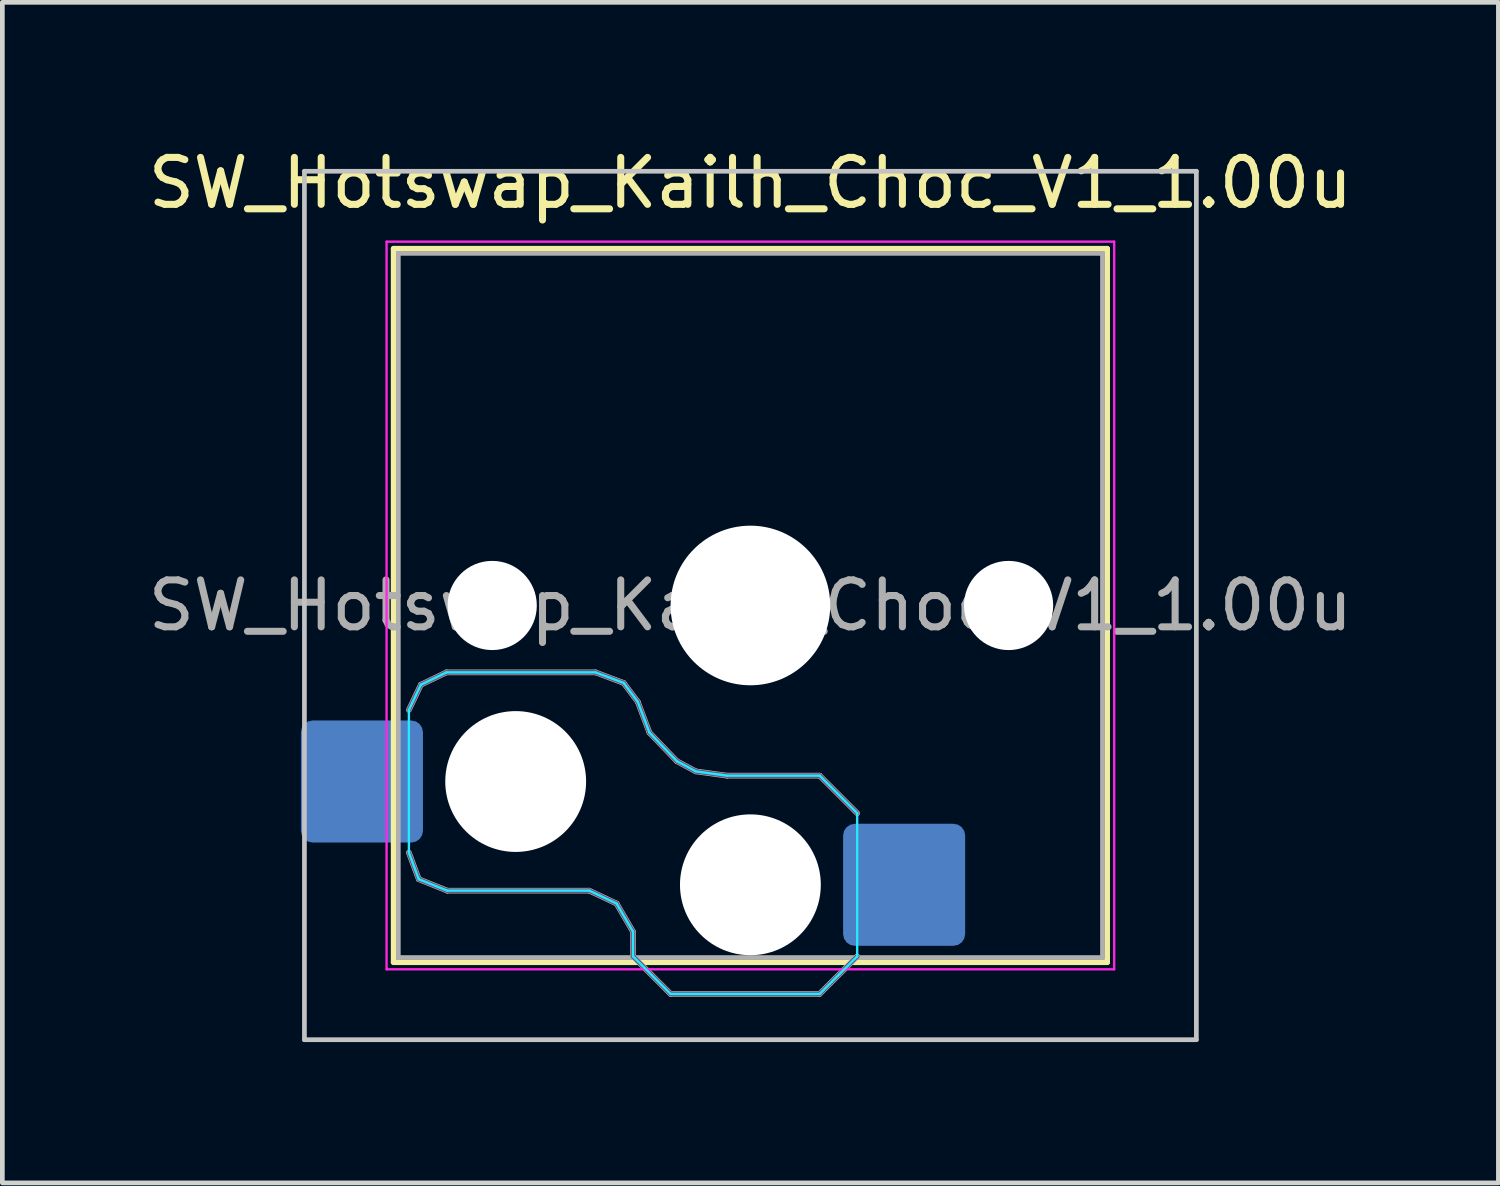
<source format=kicad_pcb>
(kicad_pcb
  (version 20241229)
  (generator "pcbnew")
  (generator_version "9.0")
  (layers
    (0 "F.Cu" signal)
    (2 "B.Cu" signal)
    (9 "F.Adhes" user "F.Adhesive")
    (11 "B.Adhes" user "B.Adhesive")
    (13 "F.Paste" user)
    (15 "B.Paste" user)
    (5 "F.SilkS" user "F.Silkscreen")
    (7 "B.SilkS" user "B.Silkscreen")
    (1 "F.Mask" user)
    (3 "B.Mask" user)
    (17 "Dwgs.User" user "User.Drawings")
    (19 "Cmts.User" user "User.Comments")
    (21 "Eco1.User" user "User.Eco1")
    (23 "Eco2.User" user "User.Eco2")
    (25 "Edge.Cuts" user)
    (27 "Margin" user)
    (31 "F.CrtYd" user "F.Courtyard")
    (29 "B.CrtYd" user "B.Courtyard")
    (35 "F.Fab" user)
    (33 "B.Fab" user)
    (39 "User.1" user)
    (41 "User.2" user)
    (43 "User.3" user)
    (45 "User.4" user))
  (footprint "SW_Hotswap_Kailh_Choc_V1_1.00u"
    (layer "F.Cu")
    (at 12.935 9.848)
    (property "Reference" "SW_Hotswap_Kailh_Choc_V1_1.00u" (at 0 -9 0) (layer "F.SilkS") (effects (font (size 1 1) (thickness 0.15))))
    (attr smd)
    (fp_line (start -7.6 -7.6) (end -7.6 7.6) (stroke (width 0.12) (type solid)) (layer "F.SilkS"))
    (fp_line (start -7.6 7.6) (end 7.6 7.6) (stroke (width 0.12) (type solid)) (layer "F.SilkS"))
    (fp_line (start 7.6 -7.6) (end -7.6 -7.6) (stroke (width 0.12) (type solid)) (layer "F.SilkS"))
    (fp_line (start 7.6 7.6) (end 7.6 -7.6) (stroke (width 0.12) (type solid)) (layer "F.SilkS"))
    (fp_line (start -7.275 5.265) (end -7.064 5.831) (stroke (width 0.12) (type solid)) (layer "B.SilkS"))
    (fp_line (start -7.064 5.831) (end -6.458 6.075) (stroke (width 0.12) (type solid)) (layer "B.SilkS"))
    (fp_line (start -7.02 1.688) (end -7.275 2.225) (stroke (width 0.12) (type solid)) (layer "B.SilkS"))
    (fp_line (start -6.475 1.425) (end -7.02 1.688) (stroke (width 0.12) (type solid)) (layer "B.SilkS"))
    (fp_line (start -6.458 6.075) (end -3.433 6.075) (stroke (width 0.12) (type solid)) (layer "B.SilkS"))
    (fp_line (start -3.433 6.075) (end -2.85 6.35) (stroke (width 0.12) (type solid)) (layer "B.SilkS"))
    (fp_line (start -3.3 1.425) (end -6.475 1.425) (stroke (width 0.12) (type solid)) (layer "B.SilkS"))
    (fp_line (start -2.85 6.35) (end -2.5 6.95) (stroke (width 0.12) (type solid)) (layer "B.SilkS"))
    (fp_line (start -2.7 1.65) (end -3.3 1.425) (stroke (width 0.12) (type solid)) (layer "B.SilkS"))
    (fp_line (start -2.5 6.95) (end -2.5 7.475) (stroke (width 0.12) (type solid)) (layer "B.SilkS"))
    (fp_line (start -2.5 7.475) (end -1.7 8.275) (stroke (width 0.12) (type solid)) (layer "B.SilkS"))
    (fp_line (start -2.4 2.05) (end -2.7 1.65) (stroke (width 0.12) (type solid)) (layer "B.SilkS"))
    (fp_line (start -2.15 2.709) (end -2.4 2.05) (stroke (width 0.12) (type solid)) (layer "B.SilkS"))
    (fp_line (start -1.7 8.275) (end 1.475 8.275) (stroke (width 0.12) (type solid)) (layer "B.SilkS"))
    (fp_line (start -1.565 3.318) (end -2.15 2.709) (stroke (width 0.12) (type solid)) (layer "B.SilkS"))
    (fp_line (start -1.162 3.534) (end -1.565 3.318) (stroke (width 0.12) (type solid)) (layer "B.SilkS"))
    (fp_line (start -0.5 3.625) (end -1.162 3.534) (stroke (width 0.12) (type solid)) (layer "B.SilkS"))
    (fp_line (start 1.475 3.625) (end -0.5 3.625) (stroke (width 0.12) (type solid)) (layer "B.SilkS"))
    (fp_line (start 1.475 8.275) (end 2.275 7.475) (stroke (width 0.12) (type solid)) (layer "B.SilkS"))
    (fp_line (start 2.275 4.425) (end 1.475 3.625) (stroke (width 0.12) (type solid)) (layer "B.SilkS"))
    (fp_line (start -9.5 -9.25) (end -9.5 9.25) (stroke (width 0.1) (type solid)) (layer "Dwgs.User"))
    (fp_line (start -9.5 9.25) (end 9.5 9.25) (stroke (width 0.1) (type solid)) (layer "Dwgs.User"))
    (fp_line (start 9.5 -9.25) (end -9.5 -9.25) (stroke (width 0.1) (type solid)) (layer "Dwgs.User"))
    (fp_line (start 9.5 9.25) (end 9.5 -9.25) (stroke (width 0.1) (type solid)) (layer "Dwgs.User"))
    (fp_line (start -7.25 -7.25) (end -7.25 7.25) (stroke (width 0.1) (type solid)) (layer "Eco1.User"))
    (fp_line (start -7.25 7.25) (end 7.25 7.25) (stroke (width 0.1) (type solid)) (layer "Eco1.User"))
    (fp_line (start 7.25 -7.25) (end -7.25 -7.25) (stroke (width 0.1) (type solid)) (layer "Eco1.User"))
    (fp_line (start 7.25 7.25) (end 7.25 -7.25) (stroke (width 0.1) (type solid)) (layer "Eco1.User"))
    (fp_line (start -7.275 2.225) (end -7.275 5.265) (stroke (width 0.05) (type solid)) (layer "B.CrtYd"))
    (fp_line (start -7.275 5.265) (end -7.064 5.831) (stroke (width 0.05) (type solid)) (layer "B.CrtYd"))
    (fp_line (start -7.064 5.831) (end -6.458 6.075) (stroke (width 0.05) (type solid)) (layer "B.CrtYd"))
    (fp_line (start -7.02 1.688) (end -7.275 2.225) (stroke (width 0.05) (type solid)) (layer "B.CrtYd"))
    (fp_line (start -6.475 1.425) (end -7.02 1.688) (stroke (width 0.05) (type solid)) (layer "B.CrtYd"))
    (fp_line (start -6.458 6.075) (end -3.433 6.075) (stroke (width 0.05) (type solid)) (layer "B.CrtYd"))
    (fp_line (start -3.433 6.075) (end -2.85 6.35) (stroke (width 0.05) (type solid)) (layer "B.CrtYd"))
    (fp_line (start -3.3 1.425) (end -6.475 1.425) (stroke (width 0.05) (type solid)) (layer "B.CrtYd"))
    (fp_line (start -2.85 6.35) (end -2.5 6.95) (stroke (width 0.05) (type solid)) (layer "B.CrtYd"))
    (fp_line (start -2.7 1.65) (end -3.3 1.425) (stroke (width 0.05) (type solid)) (layer "B.CrtYd"))
    (fp_line (start -2.5 6.95) (end -2.5 7.475) (stroke (width 0.05) (type solid)) (layer "B.CrtYd"))
    (fp_line (start -2.5 7.475) (end -1.7 8.275) (stroke (width 0.05) (type solid)) (layer "B.CrtYd"))
    (fp_line (start -2.4 2.05) (end -2.7 1.65) (stroke (width 0.05) (type solid)) (layer "B.CrtYd"))
    (fp_line (start -2.15 2.709) (end -2.4 2.05) (stroke (width 0.05) (type solid)) (layer "B.CrtYd"))
    (fp_line (start -1.7 8.275) (end 1.475 8.275) (stroke (width 0.05) (type solid)) (layer "B.CrtYd"))
    (fp_line (start -1.565 3.318) (end -2.15 2.709) (stroke (width 0.05) (type solid)) (layer "B.CrtYd"))
    (fp_line (start -1.162 3.534) (end -1.565 3.318) (stroke (width 0.05) (type solid)) (layer "B.CrtYd"))
    (fp_line (start -0.5 3.625) (end -1.162 3.534) (stroke (width 0.05) (type solid)) (layer "B.CrtYd"))
    (fp_line (start 1.475 3.625) (end -0.5 3.625) (stroke (width 0.05) (type solid)) (layer "B.CrtYd"))
    (fp_line (start 1.475 8.275) (end 2.275 7.475) (stroke (width 0.05) (type solid)) (layer "B.CrtYd"))
    (fp_line (start 2.275 4.425) (end 1.475 3.625) (stroke (width 0.05) (type solid)) (layer "B.CrtYd"))
    (fp_line (start 2.275 7.475) (end 2.275 4.425) (stroke (width 0.05) (type solid)) (layer "B.CrtYd"))
    (fp_line (start -7.75 -7.75) (end -7.75 7.75) (stroke (width 0.05) (type solid)) (layer "F.CrtYd"))
    (fp_line (start -7.75 7.75) (end 7.75 7.75) (stroke (width 0.05) (type solid)) (layer "F.CrtYd"))
    (fp_line (start 7.75 -7.75) (end -7.75 -7.75) (stroke (width 0.05) (type solid)) (layer "F.CrtYd"))
    (fp_line (start 7.75 7.75) (end 7.75 -7.75) (stroke (width 0.05) (type solid)) (layer "F.CrtYd"))
    (fp_line (start -7.275 5.265) (end -7.064 5.831) (stroke (width 0.1) (type solid)) (layer "B.Fab"))
    (fp_line (start -7.064 5.831) (end -6.458 6.075) (stroke (width 0.1) (type solid)) (layer "B.Fab"))
    (fp_line (start -7.02 1.688) (end -7.275 2.225) (stroke (width 0.1) (type solid)) (layer "B.Fab"))
    (fp_line (start -6.475 1.425) (end -7.02 1.688) (stroke (width 0.1) (type solid)) (layer "B.Fab"))
    (fp_line (start -6.458 6.075) (end -3.433 6.075) (stroke (width 0.1) (type solid)) (layer "B.Fab"))
    (fp_line (start -3.433 6.075) (end -2.85 6.35) (stroke (width 0.1) (type solid)) (layer "B.Fab"))
    (fp_line (start -3.3 1.425) (end -6.475 1.425) (stroke (width 0.1) (type solid)) (layer "B.Fab"))
    (fp_line (start -2.85 6.35) (end -2.5 6.95) (stroke (width 0.1) (type solid)) (layer "B.Fab"))
    (fp_line (start -2.7 1.65) (end -3.3 1.425) (stroke (width 0.1) (type solid)) (layer "B.Fab"))
    (fp_line (start -2.5 6.95) (end -2.5 7.475) (stroke (width 0.1) (type solid)) (layer "B.Fab"))
    (fp_line (start -2.5 7.475) (end -1.7 8.275) (stroke (width 0.1) (type solid)) (layer "B.Fab"))
    (fp_line (start -2.4 2.05) (end -2.7 1.65) (stroke (width 0.1) (type solid)) (layer "B.Fab"))
    (fp_line (start -2.15 2.709) (end -2.4 2.05) (stroke (width 0.1) (type solid)) (layer "B.Fab"))
    (fp_line (start -1.7 8.275) (end 1.475 8.275) (stroke (width 0.1) (type solid)) (layer "B.Fab"))
    (fp_line (start -1.565 3.318) (end -2.15 2.709) (stroke (width 0.1) (type solid)) (layer "B.Fab"))
    (fp_line (start -1.162 3.534) (end -1.565 3.318) (stroke (width 0.1) (type solid)) (layer "B.Fab"))
    (fp_line (start -0.5 3.625) (end -1.162 3.534) (stroke (width 0.1) (type solid)) (layer "B.Fab"))
    (fp_line (start 1.475 3.625) (end -0.5 3.625) (stroke (width 0.1) (type solid)) (layer "B.Fab"))
    (fp_line (start 1.475 8.275) (end 2.275 7.475) (stroke (width 0.1) (type solid)) (layer "B.Fab"))
    (fp_line (start 2.275 4.425) (end 1.475 3.625) (stroke (width 0.1) (type solid)) (layer "B.Fab"))
    (fp_line (start -7.5 -7.5) (end -7.5 7.5) (stroke (width 0.1) (type solid)) (layer "F.Fab"))
    (fp_line (start -7.5 7.5) (end 7.5 7.5) (stroke (width 0.1) (type solid)) (layer "F.Fab"))
    (fp_line (start 7.5 -7.5) (end -7.5 -7.5) (stroke (width 0.1) (type solid)) (layer "F.Fab"))
    (fp_line (start 7.5 7.5) (end 7.5 -7.5) (stroke (width 0.1) (type solid)) (layer "F.Fab"))
    (fp_text user "${REFERENCE}" (at 0 0 0) (layer "F.Fab") (effects (font (size 1 1) (thickness 0.15))))
    (pad "" np_thru_hole circle (at -5.5 0) (size 1.9 1.9) (drill 1.9) (layers "*.Cu" "*.Mask"))
    (pad "" np_thru_hole circle (at -5 3.75) (size 3 3) (drill 3) (layers "*.Cu" "*.Mask"))
    (pad "" np_thru_hole circle (at 0 0) (size 3.4 3.4) (drill 3.4) (layers "*.Cu" "*.Mask"))
    (pad "" np_thru_hole circle (at 0 5.95) (size 3 3) (drill 3) (layers "*.Cu" "*.Mask"))
    (pad "" np_thru_hole circle (at 5.5 0) (size 1.9 1.9) (drill 1.9) (layers "*.Cu" "*.Mask"))
    (pad "1" smd roundrect (at 3.275 5.95) (size 2.6 2.6) (layers "B.Cu" "B.Mask" "B.Paste") (roundrect_rratio 0.096))
    (pad "2" smd roundrect (at -8.275 3.75) (size 2.6 2.6) (layers "B.Cu" "B.Mask" "B.Paste") (roundrect_rratio 0.096)))
  (gr_rect
    (start -3 -3)
    (end 28.869 22.148)
    (stroke (width 0.1) (type default))
    (fill no)
    (layer "Edge.Cuts")))
</source>
